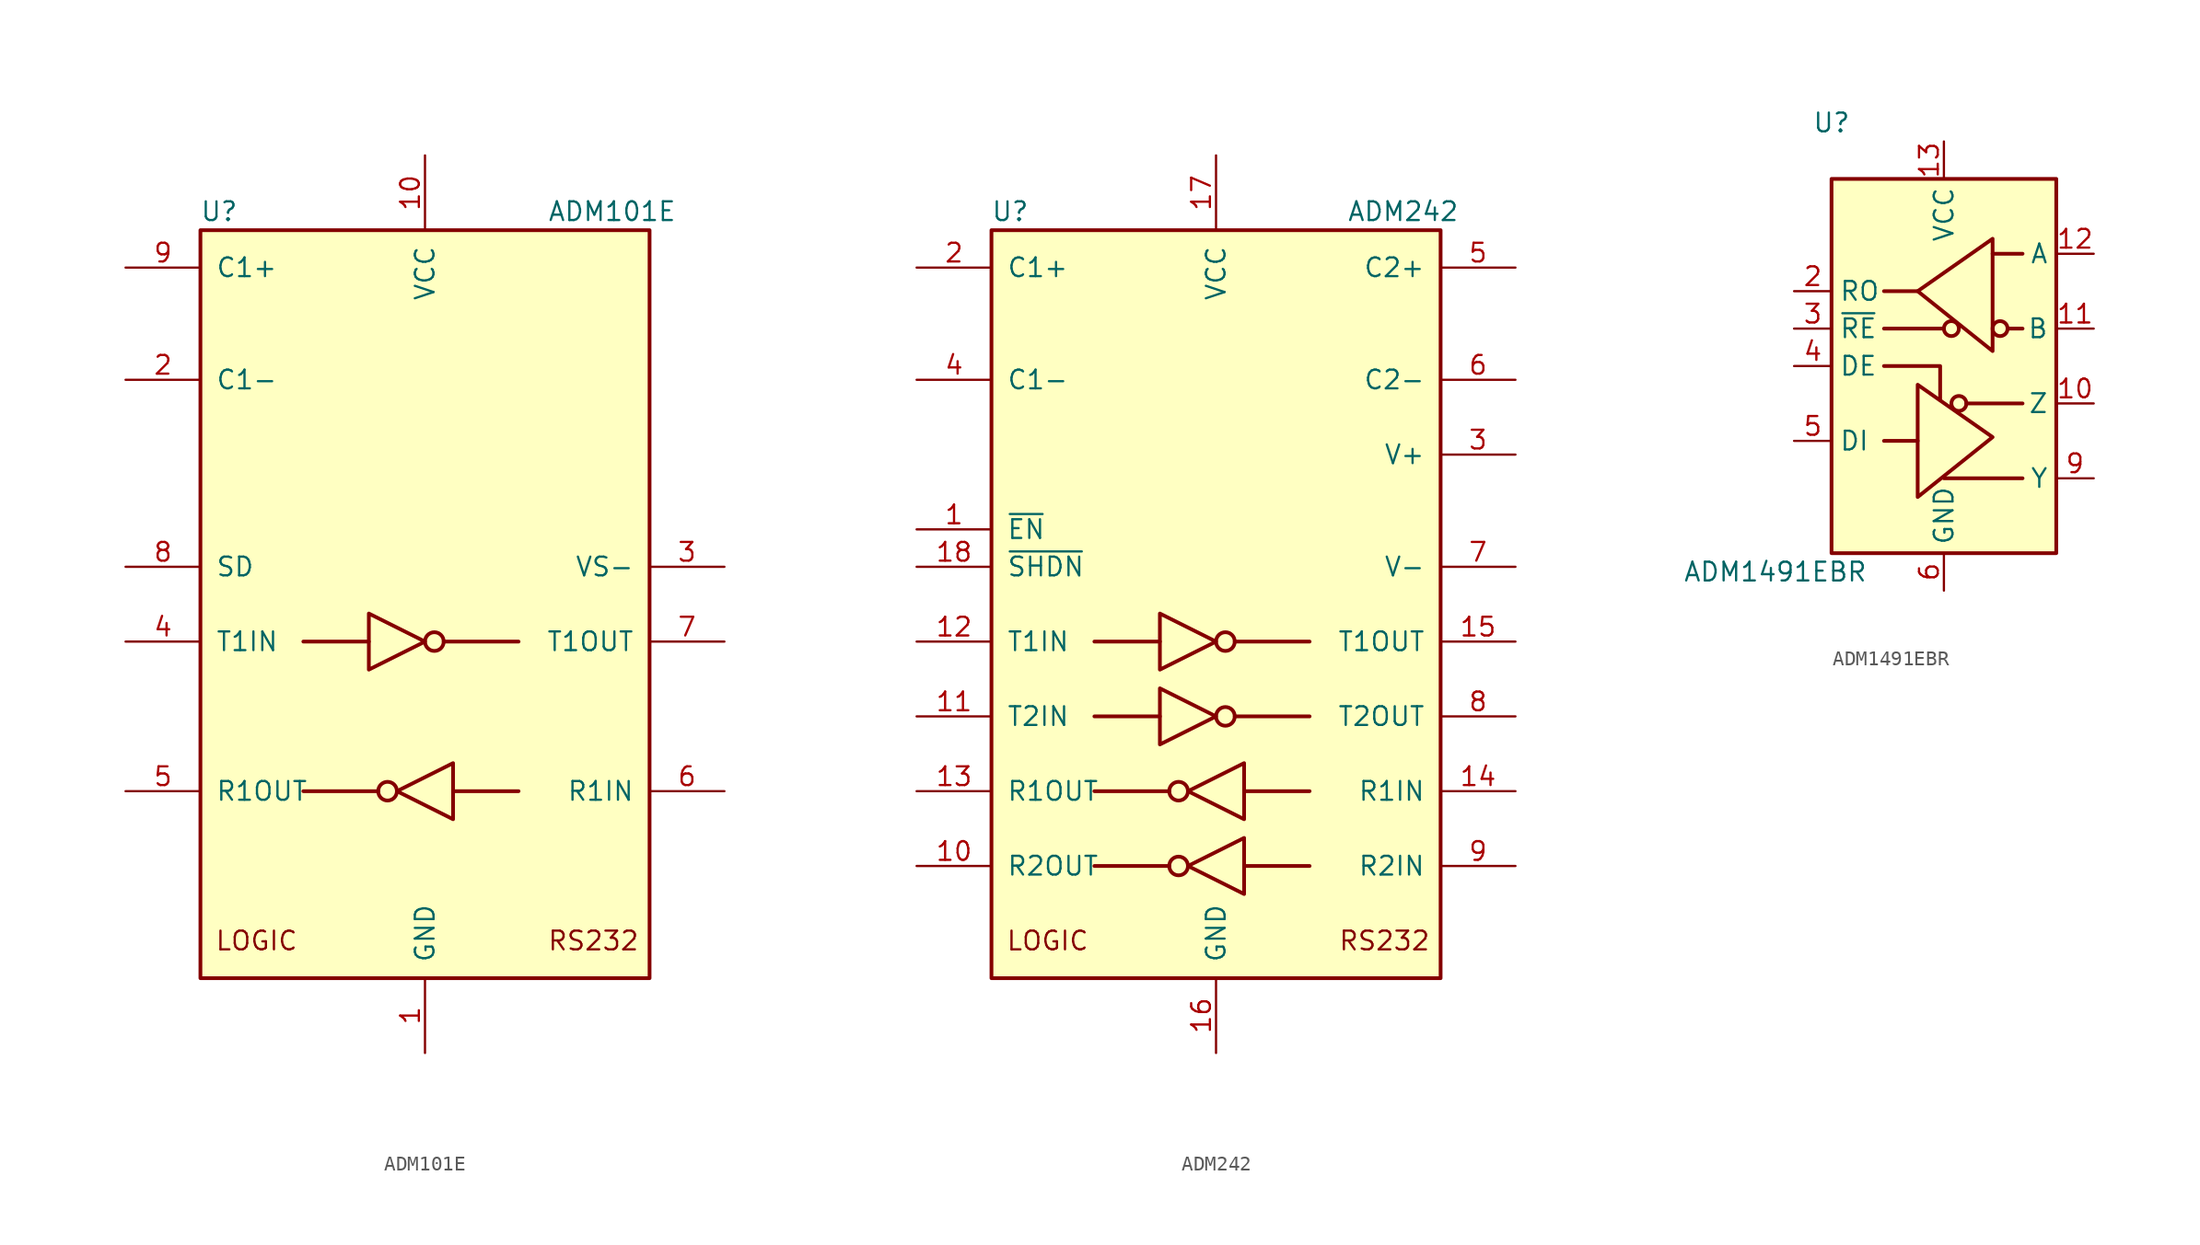
<source format=kicad_sym>
(kicad_symbol_lib
  (version 20200908)
  (generator kicad_symbol_editor)
  (symbol "Interface_UART:ADM101E"
    (pin_names
      (offset 1.016))
    (property "Reference" "U"
      (at -13.97 26.67 0)
      (effects (font (size 1.27 1.27))))
    (property "Value" "ADM101E"
      (at 12.7 26.67 0)
      (effects (font (size 1.27 1.27))))
    (symbol "ADM101E_0_1"
      (circle (center -2.54 -12.7) (radius 0.635) (stroke (width 0.254)) (fill (type none)))
      (circle (center 0.635 -2.54) (radius 0.635) (stroke (width 0.254)) (fill (type none)))
      (rectangle (start -15.24 -25.4) (end 15.24 25.4) (stroke (width 0.254)) (fill (type background)))
      (polyline (pts (xy -3.81 -2.54) (xy -8.255 -2.54)) (stroke (width 0.254)) (fill (type none)))
      (polyline (pts (xy -3.175 -12.7) (xy -8.255 -12.7)) (stroke (width 0.254)) (fill (type none)))
      (polyline (pts (xy 1.27 -2.54) (xy 6.35 -2.54)) (stroke (width 0.254)) (fill (type none)))
      (polyline (pts (xy 1.905 -12.7) (xy 6.35 -12.7)) (stroke (width 0.254)) (fill (type none)))
      (polyline (pts (xy -3.81 -0.635) (xy -3.81 -4.445) (xy 0 -2.54) (xy -3.81 -0.635)) (stroke (width 0.254)) (fill (type none)))
      (polyline (pts (xy 1.905 -10.795) (xy 1.905 -14.605) (xy -1.905 -12.7) (xy 1.905 -10.795)) (stroke (width 0.254)) (fill (type none))))
    (symbol "ADM101E_0_0"
      (text "LOGIC" (at -11.43 -22.86 0) (effects (font (size 1.27 1.27))))
      (text "RS232" (at 11.43 -22.86 0) (effects (font (size 1.27 1.27)))))
    (symbol "ADM101E_1_1"
      (pin power_in line (at 0 -30.48 90) (length 5.08) (name "GND" (effects (font (size 1.27 1.27)))) (number "1" (effects (font (size 1.27 1.27)))))
      (pin power_in line (at 0 30.48 270) (length 5.08) (name "VCC" (effects (font (size 1.27 1.27)))) (number "10" (effects (font (size 1.27 1.27)))))
      (pin passive line (at -20.32 15.24 0) (length 5.08) (name "C1-" (effects (font (size 1.27 1.27)))) (number "2" (effects (font (size 1.27 1.27)))))
      (pin power_out line (at 20.32 2.54 180) (length 5.08) (name "VS-" (effects (font (size 1.27 1.27)))) (number "3" (effects (font (size 1.27 1.27)))))
      (pin input line (at -20.32 -2.54 0) (length 5.08) (name "T1IN" (effects (font (size 1.27 1.27)))) (number "4" (effects (font (size 1.27 1.27)))))
      (pin output line (at -20.32 -12.7 0) (length 5.08) (name "R1OUT" (effects (font (size 1.27 1.27)))) (number "5" (effects (font (size 1.27 1.27)))))
      (pin input line (at 20.32 -12.7 180) (length 5.08) (name "R1IN" (effects (font (size 1.27 1.27)))) (number "6" (effects (font (size 1.27 1.27)))))
      (pin output line (at 20.32 -2.54 180) (length 5.08) (name "T1OUT" (effects (font (size 1.27 1.27)))) (number "7" (effects (font (size 1.27 1.27)))))
      (pin input line (at -20.32 2.54 0) (length 5.08) (name "SD" (effects (font (size 1.27 1.27)))) (number "8" (effects (font (size 1.27 1.27)))))
      (pin passive line (at -20.32 22.86 0) (length 5.08) (name "C1+" (effects (font (size 1.27 1.27)))) (number "9" (effects (font (size 1.27 1.27)))))))
  (symbol "Interface_UART:ADM242"
    (pin_names
      (offset 1.016))
    (property "Reference" "U"
      (at -13.97 26.67 0)
      (effects (font (size 1.27 1.27))))
    (property "Value" "ADM242"
      (at 12.7 26.67 0)
      (effects (font (size 1.27 1.27))))
    (symbol "ADM242_0_1"
      (circle (center -2.54 -17.78) (radius 0.635) (stroke (width 0.254)) (fill (type none)))
      (circle (center -2.54 -12.7) (radius 0.635) (stroke (width 0.254)) (fill (type none)))
      (circle (center 0.635 -7.62) (radius 0.635) (stroke (width 0.254)) (fill (type none)))
      (circle (center 0.635 -2.54) (radius 0.635) (stroke (width 0.254)) (fill (type none)))
      (rectangle (start -15.24 -25.4) (end 15.24 25.4) (stroke (width 0.254)) (fill (type background)))
      (polyline (pts (xy -3.81 -7.62) (xy -8.255 -7.62)) (stroke (width 0.254)) (fill (type none)))
      (polyline (pts (xy -3.81 -2.54) (xy -8.255 -2.54)) (stroke (width 0.254)) (fill (type none)))
      (polyline (pts (xy -3.175 -17.78) (xy -8.255 -17.78)) (stroke (width 0.254)) (fill (type none)))
      (polyline (pts (xy -3.175 -12.7) (xy -8.255 -12.7)) (stroke (width 0.254)) (fill (type none)))
      (polyline (pts (xy 1.27 -7.62) (xy 6.35 -7.62)) (stroke (width 0.254)) (fill (type none)))
      (polyline (pts (xy 1.27 -2.54) (xy 6.35 -2.54)) (stroke (width 0.254)) (fill (type none)))
      (polyline (pts (xy 1.905 -17.78) (xy 6.35 -17.78)) (stroke (width 0.254)) (fill (type none)))
      (polyline (pts (xy 1.905 -12.7) (xy 6.35 -12.7)) (stroke (width 0.254)) (fill (type none)))
      (polyline (pts (xy -3.81 -5.715) (xy -3.81 -9.525) (xy 0 -7.62) (xy -3.81 -5.715)) (stroke (width 0.254)) (fill (type none)))
      (polyline (pts (xy -3.81 -0.635) (xy -3.81 -4.445) (xy 0 -2.54) (xy -3.81 -0.635)) (stroke (width 0.254)) (fill (type none)))
      (polyline (pts (xy 1.905 -15.875) (xy 1.905 -19.685) (xy -1.905 -17.78) (xy 1.905 -15.875)) (stroke (width 0.254)) (fill (type none)))
      (polyline (pts (xy 1.905 -10.795) (xy 1.905 -14.605) (xy -1.905 -12.7) (xy 1.905 -10.795)) (stroke (width 0.254)) (fill (type none))))
    (symbol "ADM242_0_0"
      (text "LOGIC" (at -11.43 -22.86 0) (effects (font (size 1.27 1.27))))
      (text "RS232" (at 11.43 -22.86 0) (effects (font (size 1.27 1.27)))))
    (symbol "ADM242_1_1"
      (pin input line (at -20.32 5.08 0) (length 5.08) (name "~EN" (effects (font (size 1.27 1.27)))) (number "1" (effects (font (size 1.27 1.27)))))
      (pin output line (at -20.32 -17.78 0) (length 5.08) (name "R2OUT" (effects (font (size 1.27 1.27)))) (number "10" (effects (font (size 1.27 1.27)))))
      (pin input line (at -20.32 -7.62 0) (length 5.08) (name "T2IN" (effects (font (size 1.27 1.27)))) (number "11" (effects (font (size 1.27 1.27)))))
      (pin input line (at -20.32 -2.54 0) (length 5.08) (name "T1IN" (effects (font (size 1.27 1.27)))) (number "12" (effects (font (size 1.27 1.27)))))
      (pin output line (at -20.32 -12.7 0) (length 5.08) (name "R1OUT" (effects (font (size 1.27 1.27)))) (number "13" (effects (font (size 1.27 1.27)))))
      (pin input line (at 20.32 -12.7 180) (length 5.08) (name "R1IN" (effects (font (size 1.27 1.27)))) (number "14" (effects (font (size 1.27 1.27)))))
      (pin output line (at 20.32 -2.54 180) (length 5.08) (name "T1OUT" (effects (font (size 1.27 1.27)))) (number "15" (effects (font (size 1.27 1.27)))))
      (pin power_in line (at 0 -30.48 90) (length 5.08) (name "GND" (effects (font (size 1.27 1.27)))) (number "16" (effects (font (size 1.27 1.27)))))
      (pin power_in line (at 0 30.48 270) (length 5.08) (name "VCC" (effects (font (size 1.27 1.27)))) (number "17" (effects (font (size 1.27 1.27)))))
      (pin input line (at -20.32 2.54 0) (length 5.08) (name "~SHDN" (effects (font (size 1.27 1.27)))) (number "18" (effects (font (size 1.27 1.27)))))
      (pin passive line (at -20.32 22.86 0) (length 5.08) (name "C1+" (effects (font (size 1.27 1.27)))) (number "2" (effects (font (size 1.27 1.27)))))
      (pin power_out line (at 20.32 10.16 180) (length 5.08) (name "V+" (effects (font (size 1.27 1.27)))) (number "3" (effects (font (size 1.27 1.27)))))
      (pin passive line (at -20.32 15.24 0) (length 5.08) (name "C1-" (effects (font (size 1.27 1.27)))) (number "4" (effects (font (size 1.27 1.27)))))
      (pin passive line (at 20.32 22.86 180) (length 5.08) (name "C2+" (effects (font (size 1.27 1.27)))) (number "5" (effects (font (size 1.27 1.27)))))
      (pin passive line (at 20.32 15.24 180) (length 5.08) (name "C2-" (effects (font (size 1.27 1.27)))) (number "6" (effects (font (size 1.27 1.27)))))
      (pin power_out line (at 20.32 2.54 180) (length 5.08) (name "V-" (effects (font (size 1.27 1.27)))) (number "7" (effects (font (size 1.27 1.27)))))
      (pin output line (at 20.32 -7.62 180) (length 5.08) (name "T2OUT" (effects (font (size 1.27 1.27)))) (number "8" (effects (font (size 1.27 1.27)))))
      (pin input line (at 20.32 -17.78 180) (length 5.08) (name "R2IN" (effects (font (size 1.27 1.27)))) (number "9" (effects (font (size 1.27 1.27)))))))
  (symbol "Interface_UART:ADM1491EBR"
    (property "Reference" "U"
      (at -7.62 16.51 0)
      (effects (font (size 1.27 1.27))))
    (property "Value" "ADM1491EBR"
      (at -11.43 -13.97 0)
      (effects (font (size 1.27 1.27))))
    (symbol "ADM1491EBR_0_1"
      (circle (center 1.016 -2.54) (radius 0.508) (stroke (width 0.254)) (fill (type none)))
      (rectangle (start -7.62 12.7) (end 7.62 -12.7) (stroke (width 0.254)) (fill (type background)))
      (polyline (pts (xy -4.064 2.54) (xy 0 2.54)) (stroke (width 0.254)) (fill (type none)))
      (polyline (pts (xy -1.778 -5.08) (xy -4.064 -5.08)) (stroke (width 0.254)) (fill (type none)))
      (polyline (pts (xy -1.778 5.08) (xy -4.064 5.08)) (stroke (width 0.254)) (fill (type none)))
      (polyline (pts (xy 0 -7.62) (xy 5.334 -7.62)) (stroke (width 0.254)) (fill (type none)))
      (polyline (pts (xy 1.524 -2.54) (xy 5.334 -2.54)) (stroke (width 0.254)) (fill (type none)))
      (polyline (pts (xy 3.302 7.62) (xy 5.334 7.62)) (stroke (width 0.254)) (fill (type none)))
      (polyline (pts (xy 4.318 2.54) (xy 5.334 2.54)) (stroke (width 0.254)) (fill (type none)))
      (polyline (pts (xy -4.064 0) (xy -0.254 0) (xy -0.254 -2.286)) (stroke (width 0.254)) (fill (type none)))
      (polyline (pts (xy -1.778 -5.08) (xy -1.778 -1.27) (xy 3.302 -4.826) (xy -1.778 -8.89) (xy -1.778 -5.08)) (stroke (width 0.254)) (fill (type none))))
    (symbol "ADM1491EBR_1_1"
      (circle (center 0.508 2.54) (radius 0.508) (stroke (width 0.254)) (fill (type none)))
      (circle (center 3.81 2.54) (radius 0.508) (stroke (width 0.254)) (fill (type none)))
      (polyline (pts (xy 3.302 4.826) (xy 3.302 8.636) (xy -1.778 5.08) (xy 3.302 1.016) (xy 3.302 4.826)) (stroke (width 0.254)) (fill (type none)))
      (pin unconnected line (at -7.62 -10.16 0) (length 2.54) hide (name "NC" (effects (font (size 1.27 1.27)))) (number "1" (effects (font (size 1.27 1.27)))))
      (pin output line (at 10.16 -2.54 180) (length 2.54) (name "Z" (effects (font (size 1.27 1.27)))) (number "10" (effects (font (size 1.27 1.27)))))
      (pin input line (at 10.16 2.54 180) (length 2.54) (name "B" (effects (font (size 1.27 1.27)))) (number "11" (effects (font (size 1.27 1.27)))))
      (pin input line (at 10.16 7.62 180) (length 2.54) (name "A" (effects (font (size 1.27 1.27)))) (number "12" (effects (font (size 1.27 1.27)))))
      (pin power_in line (at 0 15.24 270) (length 2.54) (name "VCC" (effects (font (size 1.27 1.27)))) (number "13" (effects (font (size 1.27 1.27)))))
      (pin passive line (at 0 15.24 270) (length 2.54) hide (name "VCC" (effects (font (size 1.27 1.27)))) (number "14" (effects (font (size 1.27 1.27)))))
      (pin output line (at -10.16 5.08 0) (length 2.54) (name "RO" (effects (font (size 1.27 1.27)))) (number "2" (effects (font (size 1.27 1.27)))))
      (pin input line (at -10.16 2.54 0) (length 2.54) (name "~RE" (effects (font (size 1.27 1.27)))) (number "3" (effects (font (size 1.27 1.27)))))
      (pin input line (at -10.16 0 0) (length 2.54) (name "DE" (effects (font (size 1.27 1.27)))) (number "4" (effects (font (size 1.27 1.27)))))
      (pin input line (at -10.16 -5.08 0) (length 2.54) (name "DI" (effects (font (size 1.27 1.27)))) (number "5" (effects (font (size 1.27 1.27)))))
      (pin power_in line (at 0 -15.24 90) (length 2.54) (name "GND" (effects (font (size 1.27 1.27)))) (number "6" (effects (font (size 1.27 1.27)))))
      (pin passive line (at 0 -15.24 90) (length 2.54) hide (name "GND" (effects (font (size 1.27 1.27)))) (number "7" (effects (font (size 1.27 1.27)))))
      (pin unconnected line (at -7.62 -7.62 0) (length 2.54) hide (name "NC" (effects (font (size 1.27 1.27)))) (number "8" (effects (font (size 1.27 1.27)))))
      (pin output line (at 10.16 -7.62 180) (length 2.54) (name "Y" (effects (font (size 1.27 1.27)))) (number "9" (effects (font (size 1.27 1.27))))))))
</source>
